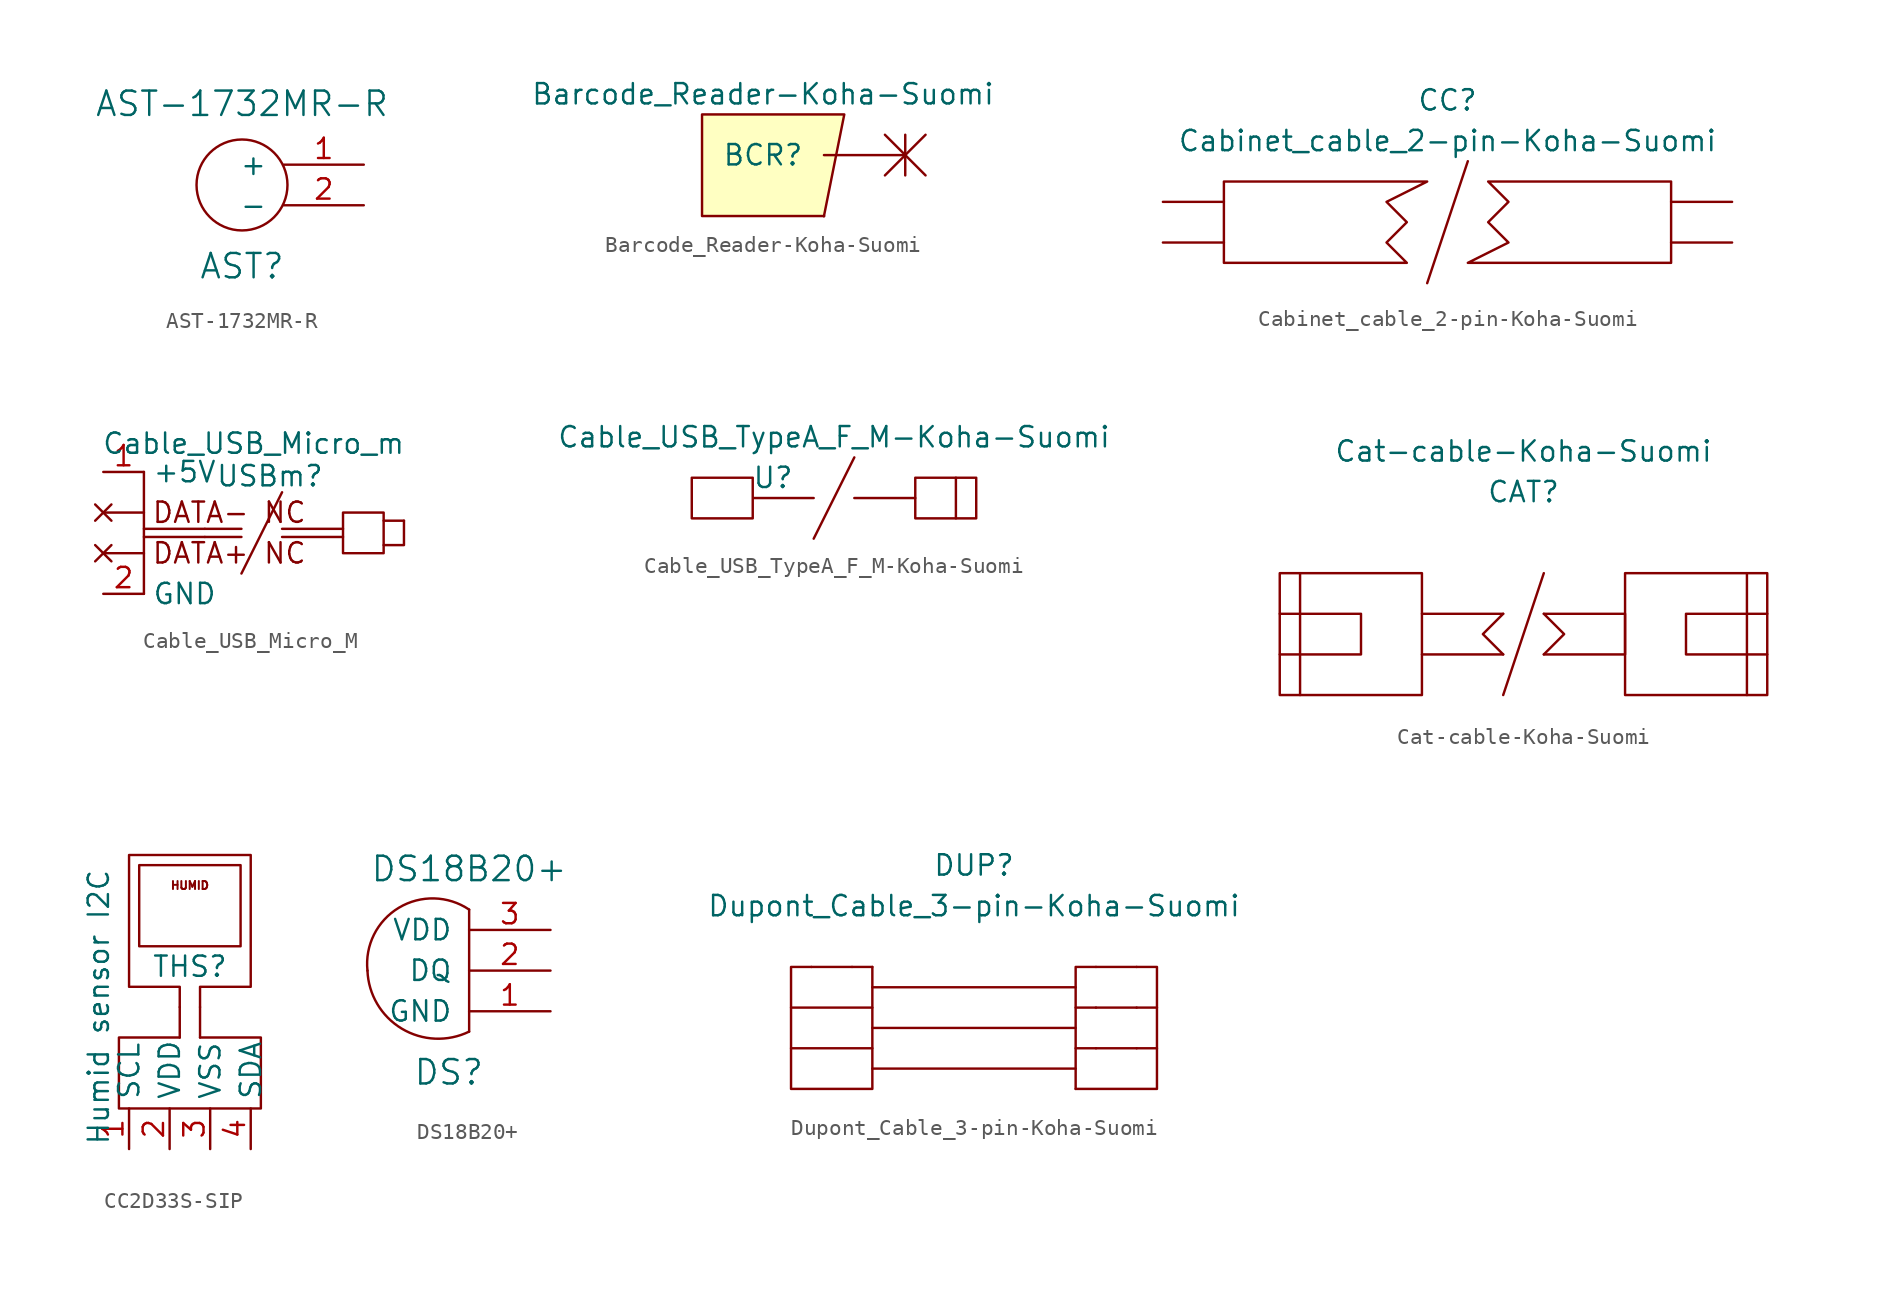
<source format=kicad_sym>
(kicad_symbol_lib
  (version 20220914)
  (generator kicad_symbol_editor)
  (symbol "AST-1732MR-R"
    (pin_names
      (offset 1.016))
    (property "Reference" "AST"
      (at -7.62 -10.16 0)
      (effects (font (size 1.524 1.524))))
    (property "Value" "AST-1732MR-R"
      (at -7.62 0 0)
      (effects (font (size 1.524 1.524))))
    (symbol "AST-1732MR-R_0_1"
      (circle (center -7.62 -5.08) (radius 2.845) (stroke (width 0) (type solid)) (fill (type none))))
    (symbol "AST-1732MR-R_1_1"
      (pin passive line (at 0 -3.81 180) (length 5.004) (name "+" (effects (font (size 1.27 1.27)))) (number "1" (effects (font (size 1.27 1.27)))))
      (pin passive line (at 0 -6.35 180) (length 5.004) (name "-" (effects (font (size 1.27 1.27)))) (number "2" (effects (font (size 1.27 1.27)))))))
  (symbol "Barcode_Reader-Koha-Suomi"
    (pin_names
      (offset 1.016))
    (property "Reference" "BCR"
      (at 0 -5.08 0)
      (effects (font (size 1.27 1.27))))
    (property "Value" "Barcode_Reader-Koha-Suomi"
      (at 0 -1.27 0)
      (effects (font (size 1.27 1.27))))
    (symbol "Barcode_Reader-Koha-Suomi_0_0"
      (polyline (pts (xy 3.81 -8.89) (xy 3.81 -8.89)) (stroke (width 0) (type solid)) (fill (type none)))
      (polyline (pts (xy 3.81 -8.89) (xy 3.81 -8.89)) (stroke (width 0) (type solid)) (fill (type none)))
      (polyline (pts (xy 3.81 -8.89) (xy 3.81 -8.89)) (stroke (width 0) (type solid)) (fill (type none)))
      (polyline (pts (xy 3.81 -8.89) (xy 3.81 -8.89)) (stroke (width 0) (type solid)) (fill (type none)))
      (polyline (pts (xy 3.81 -5.08) (xy 8.89 -5.08)) (stroke (width 0) (type solid)) (fill (type none)))
      (polyline (pts (xy 7.62 -3.81) (xy 10.16 -6.35)) (stroke (width 0) (type solid)) (fill (type none)))
      (polyline (pts (xy 8.89 -3.81) (xy 8.89 -6.35)) (stroke (width 0) (type solid)) (fill (type none)))
      (polyline (pts (xy 10.16 -3.81) (xy 7.62 -6.35)) (stroke (width 0) (type solid)) (fill (type none)))
      (polyline (pts (xy 3.81 -8.89) (xy 5.08 -2.54) (xy -3.81 -2.54) (xy -3.81 -8.89) (xy 3.81 -8.89)) (stroke (width 0) (type solid)) (fill (type background)))))
  (symbol "Cabinet_cable_2-pin-Koha-Suomi"
    (pin_names
      (offset 1.016))
    (property "Reference" "CC"
      (at 0 7.62 0)
      (effects (font (size 1.27 1.27))))
    (property "Value" "Cabinet_cable_2-pin-Koha-Suomi"
      (at 0 5.08 0)
      (effects (font (size 1.27 1.27))))
    (symbol "Cabinet_cable_2-pin-Koha-Suomi_0_1"
      (polyline (pts (xy -17.78 -1.27) (xy -13.97 -1.27)) (stroke (width 0) (type solid)) (fill (type none)))
      (polyline (pts (xy -13.97 1.27) (xy -17.78 1.27)) (stroke (width 0) (type solid)) (fill (type none)))
      (polyline (pts (xy -1.27 -3.81) (xy 1.27 3.81)) (stroke (width 0) (type solid)) (fill (type none)))
      (polyline (pts (xy 13.97 1.27) (xy 17.78 1.27)) (stroke (width 0) (type solid)) (fill (type none)))
      (polyline (pts (xy 17.78 -1.27) (xy 13.97 -1.27)) (stroke (width 0) (type solid)) (fill (type none)))
      (polyline (pts (xy 2.54 2.54) (xy 13.97 2.54) (xy 13.97 -2.54) (xy 1.27 -2.54) (xy 3.81 -1.27) (xy 2.54 0) (xy 3.81 1.27) (xy 2.54 2.54)) (stroke (width 0) (type solid)) (fill (type none)))
      (polyline (pts (xy -2.54 -2.54) (xy -13.97 -2.54) (xy -13.97 2.54) (xy -7.62 2.54) (xy -1.27 2.54) (xy -3.81 1.27) (xy -2.54 0) (xy -3.81 -1.27) (xy -2.54 -2.54)) (stroke (width 0) (type solid)) (fill (type none)))))
  (symbol "Cable_USB_Micro_M"
    (property "Reference" "USBm"
      (at 2.794 2.286 0)
      (effects (font (size 1.27 1.27))))
    (property "Value" "Cable_USB_Micro_m"
      (at 1.778 4.318 0)
      (effects (font (size 1.27 1.27))))
    (symbol "Cable_USB_Micro_M_0_1"
      (polyline (pts (xy -5.08 -1.016) (xy -1.27 -1.016)) (stroke (width 0) (type default)) (fill (type none)))
      (polyline (pts (xy -5.08 2.54) (xy -5.08 -5.08)) (stroke (width 0) (type default)) (fill (type none)))
      (polyline (pts (xy 1.016 -3.81) (xy 3.556 1.27)) (stroke (width 0) (type solid)) (fill (type none)))
      (polyline (pts (xy 3.556 -1.016) (xy 7.366 -1.016)) (stroke (width 0) (type solid)) (fill (type none)))
      (polyline (pts (xy 9.906 -0.508) (xy 11.176 -0.508)) (stroke (width 0) (type default)) (fill (type none)))
      (polyline (pts (xy 9.906 -2.032) (xy 11.176 -2.032) (xy 11.176 -0.508)) (stroke (width 0) (type default)) (fill (type none)))
      (polyline (pts (xy 7.366 0) (xy 7.366 -2.54) (xy 9.906 -2.54) (xy 9.906 0) (xy 7.366 0)) (stroke (width 0) (type solid)) (fill (type none))))
    (symbol "Cable_USB_Micro_M_1_1"
      (polyline (pts (xy -8.128 -3.048) (xy -7.112 -2.032)) (stroke (width 0) (type default)) (fill (type none)))
      (polyline (pts (xy -8.128 -2.032) (xy -7.112 -3.048)) (stroke (width 0) (type default)) (fill (type none)))
      (polyline (pts (xy -8.128 0.508) (xy -7.112 -0.508)) (stroke (width 0) (type default)) (fill (type none)))
      (polyline (pts (xy -7.112 0.508) (xy -8.128 -0.508)) (stroke (width 0) (type default)) (fill (type none)))
      (polyline (pts (xy -5.08 -2.54) (xy -7.62 -2.54)) (stroke (width 0) (type default)) (fill (type none)))
      (polyline (pts (xy -5.08 -1.524) (xy -1.27 -1.524)) (stroke (width 0) (type default)) (fill (type none)))
      (polyline (pts (xy -5.08 0) (xy -7.62 0)) (stroke (width 0) (type default)) (fill (type none)))
      (polyline (pts (xy -1.27 -1.016) (xy 1.016 -1.016)) (stroke (width 0) (type default)) (fill (type none)))
      (polyline (pts (xy 1.016 -1.524) (xy -1.27 -1.524)) (stroke (width 0) (type default)) (fill (type none)))
      (polyline (pts (xy 3.556 -1.524) (xy 7.366 -1.524)) (stroke (width 0) (type default)) (fill (type none)))
      (text "DATA+ NC" (at 0.254 -2.54 0) (effects (font (size 1.27 1.27))))
      (text "DATA- NC" (at 0.254 0 0) (effects (font (size 1.27 1.27))))
      (pin input line (at -7.62 2.54 0) (length 2.54) (name "+5V" (effects (font (size 1.27 1.27)))) (number "1" (effects (font (size 1.27 1.27)))))
      (pin input line (at -7.62 -5.08 0) (length 2.54) (name "GND" (effects (font (size 1.27 1.27)))) (number "2" (effects (font (size 1.27 1.27)))))))
  (symbol "Cable_USB_TypeA_F_M-Koha-Suomi"
    (pin_names
      (offset 1.016))
    (property "Reference" "U"
      (at -3.81 1.27 0)
      (effects (font (size 1.27 1.27))))
    (property "Value" "Cable_USB_TypeA_F_M-Koha-Suomi"
      (at 0 3.81 0)
      (effects (font (size 1.27 1.27))))
    (symbol "Cable_USB_TypeA_F_M-Koha-Suomi_0_1"
      (polyline (pts (xy -1.27 -2.54) (xy 1.27 2.54)) (stroke (width 0) (type solid)) (fill (type none)))
      (polyline (pts (xy 1.27 0) (xy 5.08 0)) (stroke (width 0) (type solid)) (fill (type none)))
      (polyline (pts (xy 7.62 1.27) (xy 7.62 -1.27)) (stroke (width 0) (type solid)) (fill (type none)))
      (polyline (pts (xy 5.08 1.27) (xy 5.08 -1.27) (xy 8.89 -1.27) (xy 8.89 1.27) (xy 5.08 1.27)) (stroke (width 0) (type solid)) (fill (type none)))
      (polyline (pts (xy -1.27 0) (xy -5.08 0) (xy -5.08 1.27) (xy -8.89 1.27) (xy -8.89 -1.27) (xy -5.08 -1.27) (xy -5.08 0)) (stroke (width 0) (type solid)) (fill (type none)))))
  (symbol "Cat-cable-Koha-Suomi"
    (pin_names
      (offset 1.016))
    (property "Reference" "CAT"
      (at 0 8.89 0)
      (effects (font (size 1.27 1.27))))
    (property "Value" "Cat-cable-Koha-Suomi"
      (at 0 11.43 0)
      (effects (font (size 1.27 1.27))))
    (symbol "Cat-cable-Koha-Suomi_0_1"
      (polyline (pts (xy -13.97 3.81) (xy -13.97 -3.81)) (stroke (width 0) (type solid)) (fill (type none)))
      (polyline (pts (xy -1.27 -3.81) (xy 1.27 3.81)) (stroke (width 0) (type solid)) (fill (type none)))
      (polyline (pts (xy -1.27 -1.27) (xy -6.35 -1.27)) (stroke (width 0) (type solid)) (fill (type none)))
      (polyline (pts (xy -1.27 1.27) (xy -6.35 1.27)) (stroke (width 0) (type solid)) (fill (type none)))
      (polyline (pts (xy 13.97 3.81) (xy 13.97 -3.81)) (stroke (width 0) (type solid)) (fill (type none)))
      (polyline (pts (xy -1.27 -1.27) (xy -2.54 0) (xy -1.27 1.27)) (stroke (width 0) (type solid)) (fill (type none)))
      (polyline (pts (xy 1.27 -1.27) (xy 2.54 0) (xy 1.27 1.27)) (stroke (width 0) (type solid)) (fill (type none)))
      (polyline (pts (xy -15.24 1.27) (xy -10.16 1.27) (xy -10.16 -1.27) (xy -15.24 -1.27)) (stroke (width 0) (type solid)) (fill (type none)))
      (polyline (pts (xy 1.27 1.27) (xy 6.35 1.27) (xy 6.35 -1.27) (xy 1.27 -1.27)) (stroke (width 0) (type solid)) (fill (type none)))
      (polyline (pts (xy 15.24 1.27) (xy 10.16 1.27) (xy 10.16 -1.27) (xy 15.24 -1.27)) (stroke (width 0) (type solid)) (fill (type none)))
      (polyline (pts (xy -6.35 3.81) (xy -6.35 -3.81) (xy -15.24 -3.81) (xy -15.24 3.81) (xy -6.35 3.81)) (stroke (width 0) (type solid)) (fill (type none)))
      (polyline (pts (xy 6.35 3.81) (xy 6.35 -3.81) (xy 15.24 -3.81) (xy 15.24 3.81) (xy 6.35 3.81)) (stroke (width 0) (type solid)) (fill (type none)))))
  (symbol "CC2D33S-SIP"
    (property "Reference" "THS"
      (at 0 8.89 0)
      (effects (font (size 1.27 1.27))))
    (property "Value" "Humid sensor I2C"
      (at -5.715 6.35 90)
      (effects (font (size 1.27 1.27))))
    (symbol "CC2D33S-SIP_0_1"
      (polyline (pts (xy -0.635 4.445) (xy -0.635 6.35)) (stroke (width 0) (type default)) (fill (type none)))
      (polyline (pts (xy 0.635 4.445) (xy 0.635 6.35)) (stroke (width 0) (type default)) (fill (type none)))
      (polyline (pts (xy -3.175 15.24) (xy 3.175 15.24) (xy 3.175 10.16) (xy -3.175 10.16) (xy -3.175 15.24)) (stroke (width 0) (type default)) (fill (type none)))
      (polyline (pts (xy -0.635 4.445) (xy -4.445 4.445) (xy -4.445 0) (xy -3.81 0) (xy 3.81 0) (xy 4.445 0) (xy 4.445 4.445) (xy 0.635 4.445)) (stroke (width 0) (type default)) (fill (type none)))
      (polyline (pts (xy 0.635 6.35) (xy 0.635 7.62) (xy 3.81 7.62) (xy 3.81 15.875) (xy -3.81 15.875) (xy -3.81 7.62) (xy -0.635 7.62) (xy -0.635 6.35)) (stroke (width 0) (type default)) (fill (type none))))
    (symbol "CC2D33S-SIP_1_1"
      (text "HUMID" (at 0 13.97 0) (effects (font (size 0.5 0.5))))
      (pin input line (at -3.81 -2.54 90) (length 2.54) (name "SCL" (effects (font (size 1.27 1.27)))) (number "1" (effects (font (size 1.27 1.27)))))
      (pin input line (at -1.27 -2.54 90) (length 2.54) (name "VDD" (effects (font (size 1.27 1.27)))) (number "2" (effects (font (size 1.27 1.27)))))
      (pin input line (at 1.27 -2.54 90) (length 2.54) (name "VSS" (effects (font (size 1.27 1.27)))) (number "3" (effects (font (size 1.27 1.27)))))
      (pin input line (at 3.81 -2.54 90) (length 2.54) (name "SDA" (effects (font (size 1.27 1.27)))) (number "4" (effects (font (size 1.27 1.27)))))))
  (symbol "DS18B20+"
    (pin_names
      (offset 1.016))
    (property "Reference" "DS"
      (at -1.27 -10.16 0)
      (effects (font (size 1.524 1.524))))
    (property "Value" "DS18B20+"
      (at 0 2.54 0)
      (effects (font (size 1.524 1.524))))
    (symbol "DS18B20+_0_1"
      (arc (start -6.35 -3.81) (mid -4.2119 -7.4315) (end 0 -7.62) (stroke (width 0) (type solid)) (fill (type none)))
      (arc (start 0 0) (mid -4.3923 0.1141) (end -6.35 -3.81) (stroke (width 0) (type solid)) (fill (type none)))
      (polyline (pts (xy 0 -7.62) (xy 0 0)) (stroke (width 0) (type solid)) (fill (type none))))
    (symbol "DS18B20+_1_1"
      (pin passive line (at 5.08 -6.35 180) (length 5.08) (name "GND" (effects (font (size 1.27 1.27)))) (number "1" (effects (font (size 1.27 1.27)))))
      (pin passive line (at 5.08 -3.81 180) (length 5.08) (name "DQ" (effects (font (size 1.27 1.27)))) (number "2" (effects (font (size 1.27 1.27)))))
      (pin passive line (at 5.08 -1.27 180) (length 5.08) (name "VDD" (effects (font (size 1.27 1.27)))) (number "3" (effects (font (size 1.27 1.27)))))))
  (symbol "Dupont_Cable_3-pin-Koha-Suomi"
    (pin_names
      (offset 1.016))
    (property "Reference" "DUP"
      (at 0 12.7 0)
      (effects (font (size 1.27 1.27))))
    (property "Value" "Dupont_Cable_3-pin-Koha-Suomi"
      (at 0 10.16 0)
      (effects (font (size 1.27 1.27))))
    (symbol "Dupont_Cable_3-pin-Koha-Suomi_0_1"
      (polyline (pts (xy -11.43 1.27) (xy -6.35 1.27)) (stroke (width 0) (type solid)) (fill (type none)))
      (polyline (pts (xy -11.43 3.81) (xy -6.35 3.81)) (stroke (width 0) (type solid)) (fill (type none)))
      (polyline (pts (xy -10.16 6.35) (xy -7.62 6.35)) (stroke (width 0) (type solid)) (fill (type none)))
      (polyline (pts (xy -7.62 6.35) (xy -6.35 6.35)) (stroke (width 0) (type solid)) (fill (type none)))
      (polyline (pts (xy -6.35 2.54) (xy 6.35 2.54)) (stroke (width 0) (type solid)) (fill (type none)))
      (polyline (pts (xy -6.35 5.08) (xy 6.35 5.08)) (stroke (width 0) (type solid)) (fill (type none)))
      (polyline (pts (xy 6.35 0) (xy -6.35 0)) (stroke (width 0) (type solid)) (fill (type none)))
      (polyline (pts (xy 6.35 1.27) (xy 7.62 1.27)) (stroke (width 0) (type solid)) (fill (type none)))
      (polyline (pts (xy 6.35 3.81) (xy 7.62 3.81)) (stroke (width 0) (type solid)) (fill (type none)))
      (polyline (pts (xy 7.62 6.35) (xy 10.16 6.35)) (stroke (width 0) (type solid)) (fill (type none)))
      (polyline (pts (xy 10.16 1.27) (xy 7.62 1.27)) (stroke (width 0) (type solid)) (fill (type none)))
      (polyline (pts (xy 10.16 1.27) (xy 11.43 1.27)) (stroke (width 0) (type solid)) (fill (type none)))
      (polyline (pts (xy 10.16 3.81) (xy 7.62 3.81)) (stroke (width 0) (type solid)) (fill (type none)))
      (polyline (pts (xy 10.16 3.81) (xy 11.43 3.81)) (stroke (width 0) (type solid)) (fill (type none)))
      (polyline (pts (xy 6.35 -1.27) (xy 6.35 6.35) (xy 7.62 6.35)) (stroke (width 0) (type solid)) (fill (type none)))
      (polyline (pts (xy 10.16 6.35) (xy 11.43 6.35) (xy 11.43 -1.27) (xy 6.35 -1.27)) (stroke (width 0) (type solid)) (fill (type none)))
      (polyline (pts (xy -6.35 6.35) (xy -6.35 -1.27) (xy -11.43 -1.27) (xy -11.43 6.35) (xy -10.16 6.35)) (stroke (width 0) (type solid)) (fill (type none))))))
</source>
